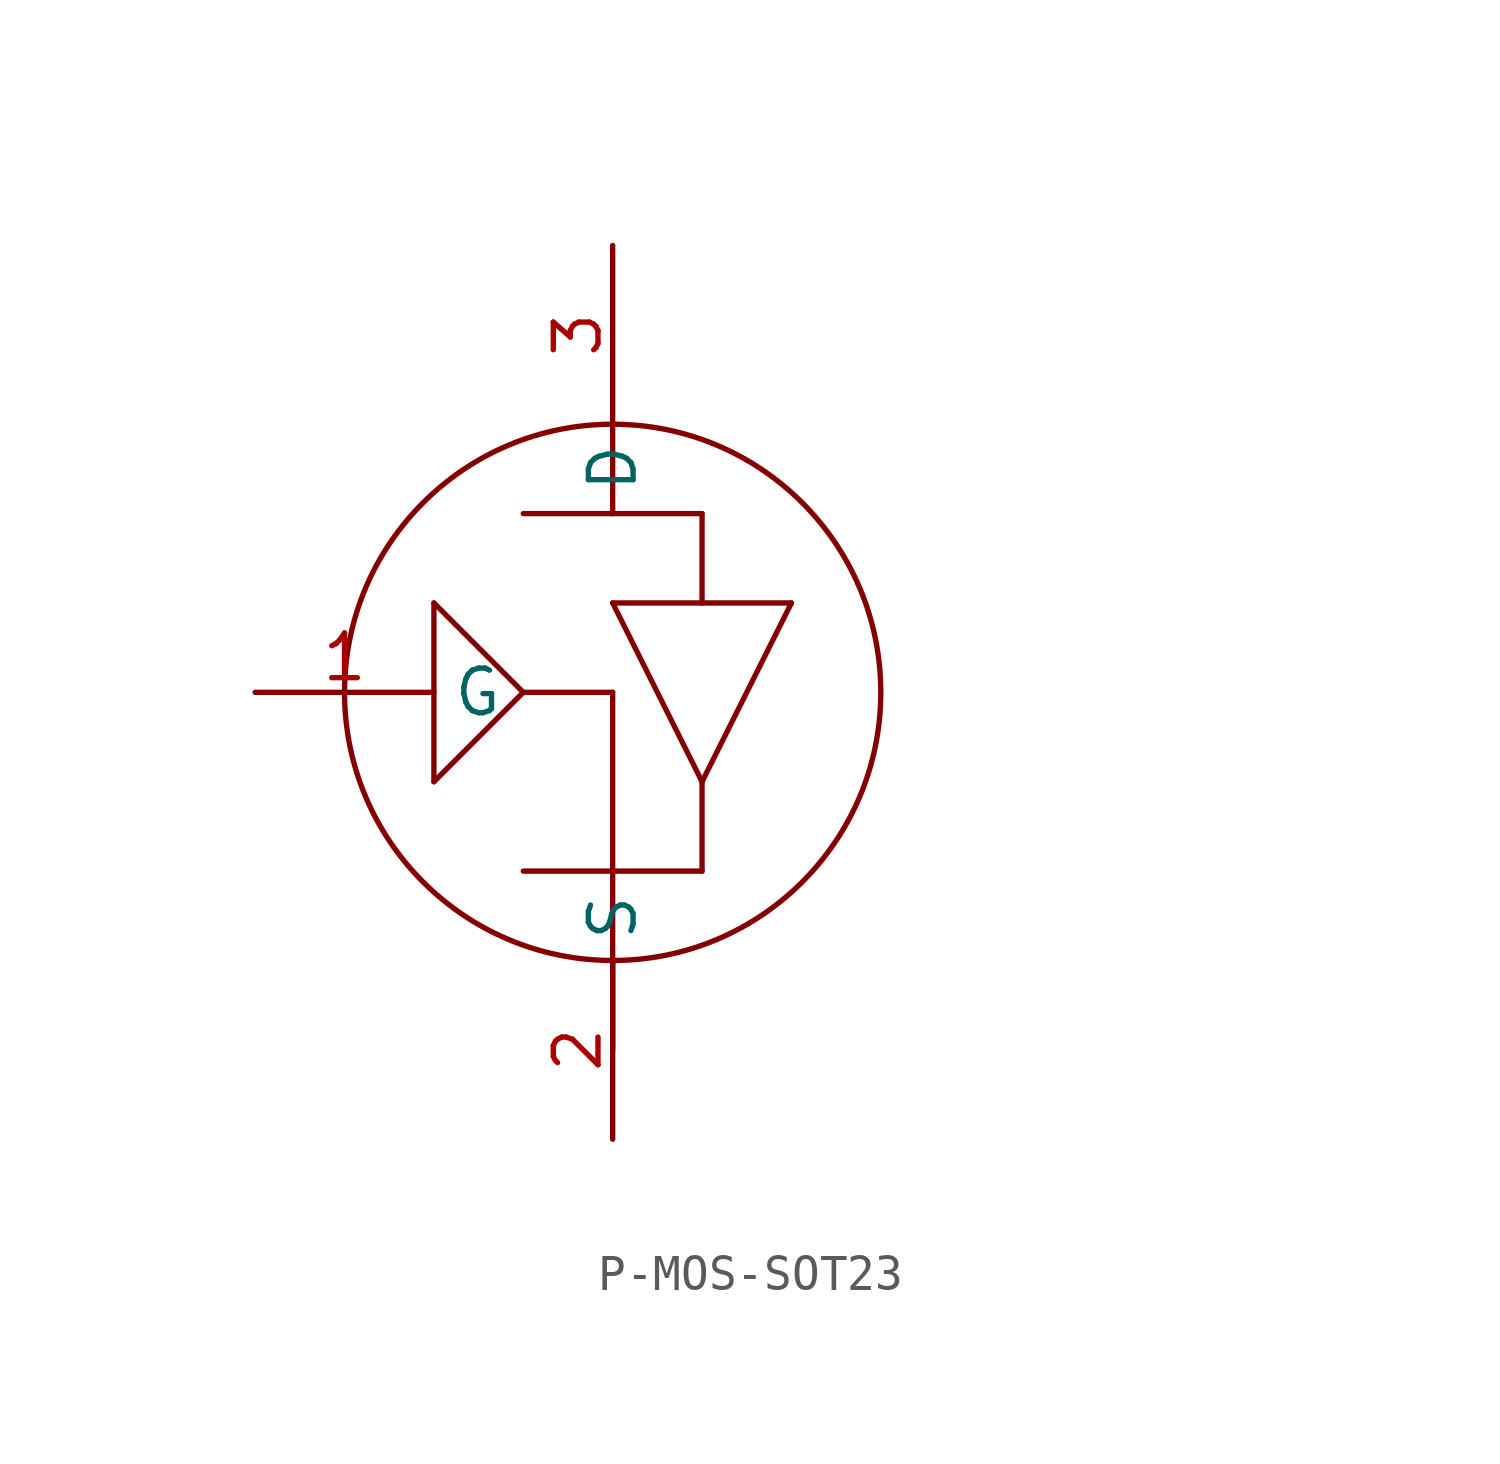
<source format=kicad_sym>
(kicad_symbol_lib
  (version 20231120)
  (generator "kicad_symbol_editor")
  (generator_version "8.0")
  (symbol "P-MOS-SOT23"
    (property "Reference" ""
      (at 15.24 7.62 0)
      (effects (font (size 1.778 1.511)) (justify left bottom) (hide yes)))
    (property "Value" ""
      (at 15.24 0 0)
      (effects (font (size 1.778 1.511)) (justify left bottom)))
    (property "ki_locked" ""
      (at 0 0 0)
      (effects (font (size 1.27 1.27))))
    (symbol "P-MOS-SOT23_1_0"
      (circle (center -2.54 0) (radius 7.62) (stroke (width 0.152) (type solid)) (fill (type none)))
      (polyline (pts (xy -7.62 -2.54) (xy -5.08 0)) (stroke (width 0.152) (type solid)) (fill (type none)))
      (polyline (pts (xy -7.62 2.54) (xy -7.62 -2.54)) (stroke (width 0.152) (type solid)) (fill (type none)))
      (polyline (pts (xy -5.08 0) (xy -7.62 2.54)) (stroke (width 0.152) (type solid)) (fill (type none)))
      (polyline (pts (xy -5.08 0) (xy -2.54 0)) (stroke (width 0.152) (type solid)) (fill (type none)))
      (polyline (pts (xy -2.54 -10.16) (xy -2.54 -5.08)) (stroke (width 0.152) (type solid)) (fill (type none)))
      (polyline (pts (xy -2.54 -5.08) (xy -5.08 -5.08)) (stroke (width 0.152) (type solid)) (fill (type none)))
      (polyline (pts (xy -2.54 -5.08) (xy 0 -5.08)) (stroke (width 0.152) (type solid)) (fill (type none)))
      (polyline (pts (xy -2.54 0) (xy -2.54 -5.08)) (stroke (width 0.152) (type solid)) (fill (type none)))
      (polyline (pts (xy -2.54 2.54) (xy 0 -2.54)) (stroke (width 0.152) (type solid)) (fill (type none)))
      (polyline (pts (xy -2.54 5.08) (xy -5.08 5.08)) (stroke (width 0.152) (type solid)) (fill (type none)))
      (polyline (pts (xy -2.54 5.08) (xy 0 5.08)) (stroke (width 0.152) (type solid)) (fill (type none)))
      (polyline (pts (xy -2.54 7.62) (xy -2.54 5.08)) (stroke (width 0.152) (type solid)) (fill (type none)))
      (polyline (pts (xy 0 -5.08) (xy 0 -2.54)) (stroke (width 0.152) (type solid)) (fill (type none)))
      (polyline (pts (xy 0 -2.54) (xy 2.54 2.54)) (stroke (width 0.152) (type solid)) (fill (type none)))
      (polyline (pts (xy 0 2.54) (xy -2.54 2.54)) (stroke (width 0.152) (type solid)) (fill (type none)))
      (polyline (pts (xy 0 5.08) (xy 0 2.54)) (stroke (width 0.152) (type solid)) (fill (type none)))
      (polyline (pts (xy 2.54 2.54) (xy 0 2.54)) (stroke (width 0.152) (type solid)) (fill (type none)))
      (pin bidirectional line (at -12.7 0 0) (length 5.08) (name "G" (effects (font (size 1.27 1.27)))) (number "1" (effects (font (size 1.27 1.27)))))
      (pin bidirectional line (at -2.54 -12.7 90) (length 5.08) (name "S" (effects (font (size 1.27 1.27)))) (number "2" (effects (font (size 1.27 1.27)))))
      (pin bidirectional line (at -2.54 12.7 270) (length 5.08) (name "D" (effects (font (size 1.27 1.27)))) (number "3" (effects (font (size 1.27 1.27))))))))
</source>
